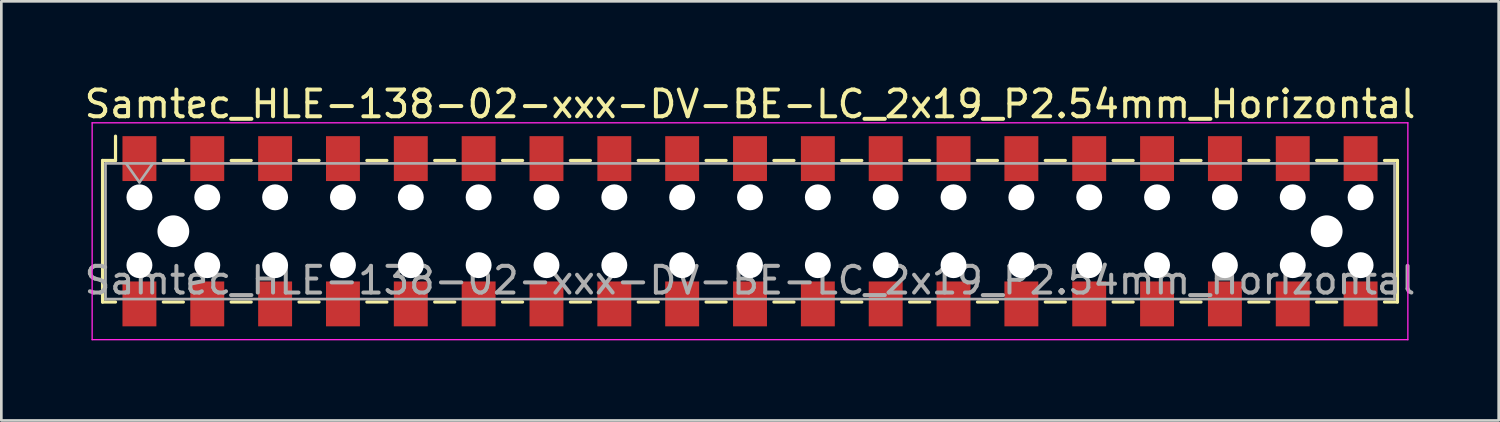
<source format=kicad_pcb>
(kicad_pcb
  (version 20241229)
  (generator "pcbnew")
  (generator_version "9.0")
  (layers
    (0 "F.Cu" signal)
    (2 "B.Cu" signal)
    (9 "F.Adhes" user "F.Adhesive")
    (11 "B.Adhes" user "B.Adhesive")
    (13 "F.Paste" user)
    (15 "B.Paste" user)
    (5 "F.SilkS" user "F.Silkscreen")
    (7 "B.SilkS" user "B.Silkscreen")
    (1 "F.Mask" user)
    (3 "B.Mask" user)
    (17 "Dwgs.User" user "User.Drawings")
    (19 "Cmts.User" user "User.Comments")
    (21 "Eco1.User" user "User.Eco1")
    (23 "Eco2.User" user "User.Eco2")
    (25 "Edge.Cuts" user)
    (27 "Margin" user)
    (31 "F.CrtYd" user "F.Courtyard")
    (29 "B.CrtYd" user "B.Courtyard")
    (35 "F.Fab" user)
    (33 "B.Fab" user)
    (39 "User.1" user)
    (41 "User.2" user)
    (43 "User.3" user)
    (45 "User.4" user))
  (footprint "Samtec_HLE-138-02-xxx-DV-BE-LC_2x19_P2.54mm_Horizontal"
    (layer "F.Cu")
    (at 25.03 5.608)
    (property "Reference" "Samtec_HLE-138-02-xxx-DV-BE-LC_2x19_P2.54mm_Horizontal" (at 0 -4.76 0) (layer "F.SilkS") (effects (font (size 1 1) (thickness 0.15))))
    (attr smd)
    (fp_line (start -24.24 -2.65) (end -24.24 2.65) (stroke (width 0.12) (type solid)) (layer "F.SilkS"))
    (fp_line (start -24.24 2.65) (end -23.755 2.65) (stroke (width 0.12) (type solid)) (layer "F.SilkS"))
    (fp_line (start -23.755 -3.56) (end -23.755 -2.65) (stroke (width 0.12) (type solid)) (layer "F.SilkS"))
    (fp_line (start -23.755 -2.65) (end -24.24 -2.65) (stroke (width 0.12) (type solid)) (layer "F.SilkS"))
    (fp_line (start -21.965 -2.65) (end -21.215 -2.65) (stroke (width 0.12) (type solid)) (layer "F.SilkS"))
    (fp_line (start -21.965 2.65) (end -21.215 2.65) (stroke (width 0.12) (type solid)) (layer "F.SilkS"))
    (fp_line (start -19.425 -2.65) (end -18.675 -2.65) (stroke (width 0.12) (type solid)) (layer "F.SilkS"))
    (fp_line (start -19.425 2.65) (end -18.675 2.65) (stroke (width 0.12) (type solid)) (layer "F.SilkS"))
    (fp_line (start -16.885 -2.65) (end -16.135 -2.65) (stroke (width 0.12) (type solid)) (layer "F.SilkS"))
    (fp_line (start -16.885 2.65) (end -16.135 2.65) (stroke (width 0.12) (type solid)) (layer "F.SilkS"))
    (fp_line (start -14.345 -2.65) (end -13.595 -2.65) (stroke (width 0.12) (type solid)) (layer "F.SilkS"))
    (fp_line (start -14.345 2.65) (end -13.595 2.65) (stroke (width 0.12) (type solid)) (layer "F.SilkS"))
    (fp_line (start -11.805 -2.65) (end -11.055 -2.65) (stroke (width 0.12) (type solid)) (layer "F.SilkS"))
    (fp_line (start -11.805 2.65) (end -11.055 2.65) (stroke (width 0.12) (type solid)) (layer "F.SilkS"))
    (fp_line (start -9.265 -2.65) (end -8.515 -2.65) (stroke (width 0.12) (type solid)) (layer "F.SilkS"))
    (fp_line (start -9.265 2.65) (end -8.515 2.65) (stroke (width 0.12) (type solid)) (layer "F.SilkS"))
    (fp_line (start -6.725 -2.65) (end -5.975 -2.65) (stroke (width 0.12) (type solid)) (layer "F.SilkS"))
    (fp_line (start -6.725 2.65) (end -5.975 2.65) (stroke (width 0.12) (type solid)) (layer "F.SilkS"))
    (fp_line (start -4.185 -2.65) (end -3.435 -2.65) (stroke (width 0.12) (type solid)) (layer "F.SilkS"))
    (fp_line (start -4.185 2.65) (end -3.435 2.65) (stroke (width 0.12) (type solid)) (layer "F.SilkS"))
    (fp_line (start -1.645 -2.65) (end -0.895 -2.65) (stroke (width 0.12) (type solid)) (layer "F.SilkS"))
    (fp_line (start -1.645 2.65) (end -0.895 2.65) (stroke (width 0.12) (type solid)) (layer "F.SilkS"))
    (fp_line (start 0.895 -2.65) (end 1.645 -2.65) (stroke (width 0.12) (type solid)) (layer "F.SilkS"))
    (fp_line (start 0.895 2.65) (end 1.645 2.65) (stroke (width 0.12) (type solid)) (layer "F.SilkS"))
    (fp_line (start 3.435 -2.65) (end 4.185 -2.65) (stroke (width 0.12) (type solid)) (layer "F.SilkS"))
    (fp_line (start 3.435 2.65) (end 4.185 2.65) (stroke (width 0.12) (type solid)) (layer "F.SilkS"))
    (fp_line (start 5.975 -2.65) (end 6.725 -2.65) (stroke (width 0.12) (type solid)) (layer "F.SilkS"))
    (fp_line (start 5.975 2.65) (end 6.725 2.65) (stroke (width 0.12) (type solid)) (layer "F.SilkS"))
    (fp_line (start 8.515 -2.65) (end 9.265 -2.65) (stroke (width 0.12) (type solid)) (layer "F.SilkS"))
    (fp_line (start 8.515 2.65) (end 9.265 2.65) (stroke (width 0.12) (type solid)) (layer "F.SilkS"))
    (fp_line (start 11.055 -2.65) (end 11.805 -2.65) (stroke (width 0.12) (type solid)) (layer "F.SilkS"))
    (fp_line (start 11.055 2.65) (end 11.805 2.65) (stroke (width 0.12) (type solid)) (layer "F.SilkS"))
    (fp_line (start 13.595 -2.65) (end 14.345 -2.65) (stroke (width 0.12) (type solid)) (layer "F.SilkS"))
    (fp_line (start 13.595 2.65) (end 14.345 2.65) (stroke (width 0.12) (type solid)) (layer "F.SilkS"))
    (fp_line (start 16.135 -2.65) (end 16.885 -2.65) (stroke (width 0.12) (type solid)) (layer "F.SilkS"))
    (fp_line (start 16.135 2.65) (end 16.885 2.65) (stroke (width 0.12) (type solid)) (layer "F.SilkS"))
    (fp_line (start 18.675 -2.65) (end 19.425 -2.65) (stroke (width 0.12) (type solid)) (layer "F.SilkS"))
    (fp_line (start 18.675 2.65) (end 19.425 2.65) (stroke (width 0.12) (type solid)) (layer "F.SilkS"))
    (fp_line (start 21.215 -2.65) (end 21.965 -2.65) (stroke (width 0.12) (type solid)) (layer "F.SilkS"))
    (fp_line (start 21.215 2.65) (end 21.965 2.65) (stroke (width 0.12) (type solid)) (layer "F.SilkS"))
    (fp_line (start 23.755 -2.65) (end 24.24 -2.65) (stroke (width 0.12) (type solid)) (layer "F.SilkS"))
    (fp_line (start 24.24 -2.65) (end 24.24 2.65) (stroke (width 0.12) (type solid)) (layer "F.SilkS"))
    (fp_line (start 24.24 2.65) (end 23.755 2.65) (stroke (width 0.12) (type solid)) (layer "F.SilkS"))
    (fp_line (start -24.63 -4.06) (end 24.63 -4.06) (stroke (width 0.05) (type solid)) (layer "F.CrtYd"))
    (fp_line (start -24.63 4.06) (end -24.63 -4.06) (stroke (width 0.05) (type solid)) (layer "F.CrtYd"))
    (fp_line (start 24.63 -4.06) (end 24.63 4.06) (stroke (width 0.05) (type solid)) (layer "F.CrtYd"))
    (fp_line (start 24.63 4.06) (end -24.63 4.06) (stroke (width 0.05) (type solid)) (layer "F.CrtYd"))
    (fp_line (start -24.13 -2.54) (end 24.13 -2.54) (stroke (width 0.1) (type solid)) (layer "F.Fab"))
    (fp_line (start -24.13 2.54) (end -24.13 -2.54) (stroke (width 0.1) (type solid)) (layer "F.Fab"))
    (fp_line (start -23.36 -2.54) (end -22.86 -1.833) (stroke (width 0.1) (type solid)) (layer "F.Fab"))
    (fp_line (start -22.86 -1.833) (end -22.36 -2.54) (stroke (width 0.1) (type solid)) (layer "F.Fab"))
    (fp_line (start 24.13 -2.54) (end 24.13 2.54) (stroke (width 0.1) (type solid)) (layer "F.Fab"))
    (fp_line (start 24.13 2.54) (end -24.13 2.54) (stroke (width 0.1) (type solid)) (layer "F.Fab"))
    (fp_text user "${REFERENCE}" (at 0 1.84 0) (layer "F.Fab") (effects (font (size 1 1) (thickness 0.15))))
    (pad "" np_thru_hole circle (at -22.86 -1.27) (size 0.97 0.97) (drill 0.97) (layers "*.Cu" "*.Mask"))
    (pad "" np_thru_hole circle (at -22.86 1.27) (size 0.97 0.97) (drill 0.97) (layers "*.Cu" "*.Mask"))
    (pad "" np_thru_hole circle (at -21.59 0) (size 1.19 1.19) (drill 1.19) (layers "*.Cu" "*.Mask"))
    (pad "" np_thru_hole circle (at -20.32 -1.27) (size 0.97 0.97) (drill 0.97) (layers "*.Cu" "*.Mask"))
    (pad "" np_thru_hole circle (at -20.32 1.27) (size 0.97 0.97) (drill 0.97) (layers "*.Cu" "*.Mask"))
    (pad "" np_thru_hole circle (at -17.78 -1.27) (size 0.97 0.97) (drill 0.97) (layers "*.Cu" "*.Mask"))
    (pad "" np_thru_hole circle (at -17.78 1.27) (size 0.97 0.97) (drill 0.97) (layers "*.Cu" "*.Mask"))
    (pad "" np_thru_hole circle (at -15.24 -1.27) (size 0.97 0.97) (drill 0.97) (layers "*.Cu" "*.Mask"))
    (pad "" np_thru_hole circle (at -15.24 1.27) (size 0.97 0.97) (drill 0.97) (layers "*.Cu" "*.Mask"))
    (pad "" np_thru_hole circle (at -12.7 -1.27) (size 0.97 0.97) (drill 0.97) (layers "*.Cu" "*.Mask"))
    (pad "" np_thru_hole circle (at -12.7 1.27) (size 0.97 0.97) (drill 0.97) (layers "*.Cu" "*.Mask"))
    (pad "" np_thru_hole circle (at -10.16 -1.27) (size 0.97 0.97) (drill 0.97) (layers "*.Cu" "*.Mask"))
    (pad "" np_thru_hole circle (at -10.16 1.27) (size 0.97 0.97) (drill 0.97) (layers "*.Cu" "*.Mask"))
    (pad "" np_thru_hole circle (at -7.62 -1.27) (size 0.97 0.97) (drill 0.97) (layers "*.Cu" "*.Mask"))
    (pad "" np_thru_hole circle (at -7.62 1.27) (size 0.97 0.97) (drill 0.97) (layers "*.Cu" "*.Mask"))
    (pad "" np_thru_hole circle (at -5.08 -1.27) (size 0.97 0.97) (drill 0.97) (layers "*.Cu" "*.Mask"))
    (pad "" np_thru_hole circle (at -5.08 1.27) (size 0.97 0.97) (drill 0.97) (layers "*.Cu" "*.Mask"))
    (pad "" np_thru_hole circle (at -2.54 -1.27) (size 0.97 0.97) (drill 0.97) (layers "*.Cu" "*.Mask"))
    (pad "" np_thru_hole circle (at -2.54 1.27) (size 0.97 0.97) (drill 0.97) (layers "*.Cu" "*.Mask"))
    (pad "" np_thru_hole circle (at 0 -1.27) (size 0.97 0.97) (drill 0.97) (layers "*.Cu" "*.Mask"))
    (pad "" np_thru_hole circle (at 0 1.27) (size 0.97 0.97) (drill 0.97) (layers "*.Cu" "*.Mask"))
    (pad "" np_thru_hole circle (at 2.54 -1.27) (size 0.97 0.97) (drill 0.97) (layers "*.Cu" "*.Mask"))
    (pad "" np_thru_hole circle (at 2.54 1.27) (size 0.97 0.97) (drill 0.97) (layers "*.Cu" "*.Mask"))
    (pad "" np_thru_hole circle (at 5.08 -1.27) (size 0.97 0.97) (drill 0.97) (layers "*.Cu" "*.Mask"))
    (pad "" np_thru_hole circle (at 5.08 1.27) (size 0.97 0.97) (drill 0.97) (layers "*.Cu" "*.Mask"))
    (pad "" np_thru_hole circle (at 7.62 -1.27) (size 0.97 0.97) (drill 0.97) (layers "*.Cu" "*.Mask"))
    (pad "" np_thru_hole circle (at 7.62 1.27) (size 0.97 0.97) (drill 0.97) (layers "*.Cu" "*.Mask"))
    (pad "" np_thru_hole circle (at 10.16 -1.27) (size 0.97 0.97) (drill 0.97) (layers "*.Cu" "*.Mask"))
    (pad "" np_thru_hole circle (at 10.16 1.27) (size 0.97 0.97) (drill 0.97) (layers "*.Cu" "*.Mask"))
    (pad "" np_thru_hole circle (at 12.7 -1.27) (size 0.97 0.97) (drill 0.97) (layers "*.Cu" "*.Mask"))
    (pad "" np_thru_hole circle (at 12.7 1.27) (size 0.97 0.97) (drill 0.97) (layers "*.Cu" "*.Mask"))
    (pad "" np_thru_hole circle (at 15.24 -1.27) (size 0.97 0.97) (drill 0.97) (layers "*.Cu" "*.Mask"))
    (pad "" np_thru_hole circle (at 15.24 1.27) (size 0.97 0.97) (drill 0.97) (layers "*.Cu" "*.Mask"))
    (pad "" np_thru_hole circle (at 17.78 -1.27) (size 0.97 0.97) (drill 0.97) (layers "*.Cu" "*.Mask"))
    (pad "" np_thru_hole circle (at 17.78 1.27) (size 0.97 0.97) (drill 0.97) (layers "*.Cu" "*.Mask"))
    (pad "" np_thru_hole circle (at 20.32 -1.27) (size 0.97 0.97) (drill 0.97) (layers "*.Cu" "*.Mask"))
    (pad "" np_thru_hole circle (at 20.32 1.27) (size 0.97 0.97) (drill 0.97) (layers "*.Cu" "*.Mask"))
    (pad "" np_thru_hole circle (at 21.59 0) (size 1.19 1.19) (drill 1.19) (layers "*.Cu" "*.Mask"))
    (pad "" np_thru_hole circle (at 22.86 -1.27) (size 0.97 0.97) (drill 0.97) (layers "*.Cu" "*.Mask"))
    (pad "" np_thru_hole circle (at 22.86 1.27) (size 0.97 0.97) (drill 0.97) (layers "*.Cu" "*.Mask"))
    (pad "1" smd rect (at -22.86 -2.72) (size 1.27 1.68) (layers "F.Cu" "F.Mask" "F.Paste"))
    (pad "2" smd rect (at -22.86 2.72) (size 1.27 1.68) (layers "F.Cu" "F.Mask" "F.Paste"))
    (pad "3" smd rect (at -20.32 -2.72) (size 1.27 1.68) (layers "F.Cu" "F.Mask" "F.Paste"))
    (pad "4" smd rect (at -20.32 2.72) (size 1.27 1.68) (layers "F.Cu" "F.Mask" "F.Paste"))
    (pad "5" smd rect (at -17.78 -2.72) (size 1.27 1.68) (layers "F.Cu" "F.Mask" "F.Paste"))
    (pad "6" smd rect (at -17.78 2.72) (size 1.27 1.68) (layers "F.Cu" "F.Mask" "F.Paste"))
    (pad "7" smd rect (at -15.24 -2.72) (size 1.27 1.68) (layers "F.Cu" "F.Mask" "F.Paste"))
    (pad "8" smd rect (at -15.24 2.72) (size 1.27 1.68) (layers "F.Cu" "F.Mask" "F.Paste"))
    (pad "9" smd rect (at -12.7 -2.72) (size 1.27 1.68) (layers "F.Cu" "F.Mask" "F.Paste"))
    (pad "10" smd rect (at -12.7 2.72) (size 1.27 1.68) (layers "F.Cu" "F.Mask" "F.Paste"))
    (pad "11" smd rect (at -10.16 -2.72) (size 1.27 1.68) (layers "F.Cu" "F.Mask" "F.Paste"))
    (pad "12" smd rect (at -10.16 2.72) (size 1.27 1.68) (layers "F.Cu" "F.Mask" "F.Paste"))
    (pad "13" smd rect (at -7.62 -2.72) (size 1.27 1.68) (layers "F.Cu" "F.Mask" "F.Paste"))
    (pad "14" smd rect (at -7.62 2.72) (size 1.27 1.68) (layers "F.Cu" "F.Mask" "F.Paste"))
    (pad "15" smd rect (at -5.08 -2.72) (size 1.27 1.68) (layers "F.Cu" "F.Mask" "F.Paste"))
    (pad "16" smd rect (at -5.08 2.72) (size 1.27 1.68) (layers "F.Cu" "F.Mask" "F.Paste"))
    (pad "17" smd rect (at -2.54 -2.72) (size 1.27 1.68) (layers "F.Cu" "F.Mask" "F.Paste"))
    (pad "18" smd rect (at -2.54 2.72) (size 1.27 1.68) (layers "F.Cu" "F.Mask" "F.Paste"))
    (pad "19" smd rect (at 0 -2.72) (size 1.27 1.68) (layers "F.Cu" "F.Mask" "F.Paste"))
    (pad "20" smd rect (at 0 2.72) (size 1.27 1.68) (layers "F.Cu" "F.Mask" "F.Paste"))
    (pad "21" smd rect (at 2.54 -2.72) (size 1.27 1.68) (layers "F.Cu" "F.Mask" "F.Paste"))
    (pad "22" smd rect (at 2.54 2.72) (size 1.27 1.68) (layers "F.Cu" "F.Mask" "F.Paste"))
    (pad "23" smd rect (at 5.08 -2.72) (size 1.27 1.68) (layers "F.Cu" "F.Mask" "F.Paste"))
    (pad "24" smd rect (at 5.08 2.72) (size 1.27 1.68) (layers "F.Cu" "F.Mask" "F.Paste"))
    (pad "25" smd rect (at 7.62 -2.72) (size 1.27 1.68) (layers "F.Cu" "F.Mask" "F.Paste"))
    (pad "26" smd rect (at 7.62 2.72) (size 1.27 1.68) (layers "F.Cu" "F.Mask" "F.Paste"))
    (pad "27" smd rect (at 10.16 -2.72) (size 1.27 1.68) (layers "F.Cu" "F.Mask" "F.Paste"))
    (pad "28" smd rect (at 10.16 2.72) (size 1.27 1.68) (layers "F.Cu" "F.Mask" "F.Paste"))
    (pad "29" smd rect (at 12.7 -2.72) (size 1.27 1.68) (layers "F.Cu" "F.Mask" "F.Paste"))
    (pad "30" smd rect (at 12.7 2.72) (size 1.27 1.68) (layers "F.Cu" "F.Mask" "F.Paste"))
    (pad "31" smd rect (at 15.24 -2.72) (size 1.27 1.68) (layers "F.Cu" "F.Mask" "F.Paste"))
    (pad "32" smd rect (at 15.24 2.72) (size 1.27 1.68) (layers "F.Cu" "F.Mask" "F.Paste"))
    (pad "33" smd rect (at 17.78 -2.72) (size 1.27 1.68) (layers "F.Cu" "F.Mask" "F.Paste"))
    (pad "34" smd rect (at 17.78 2.72) (size 1.27 1.68) (layers "F.Cu" "F.Mask" "F.Paste"))
    (pad "35" smd rect (at 20.32 -2.72) (size 1.27 1.68) (layers "F.Cu" "F.Mask" "F.Paste"))
    (pad "36" smd rect (at 20.32 2.72) (size 1.27 1.68) (layers "F.Cu" "F.Mask" "F.Paste"))
    (pad "37" smd rect (at 22.86 -2.72) (size 1.27 1.68) (layers "F.Cu" "F.Mask" "F.Paste"))
    (pad "38" smd rect (at 22.86 2.72) (size 1.27 1.68) (layers "F.Cu" "F.Mask" "F.Paste")))
  (gr_rect
    (start -3 -3)
    (end 53.06 12.693)
    (stroke (width 0.1) (type default))
    (fill no)
    (layer "Edge.Cuts")))
</source>
